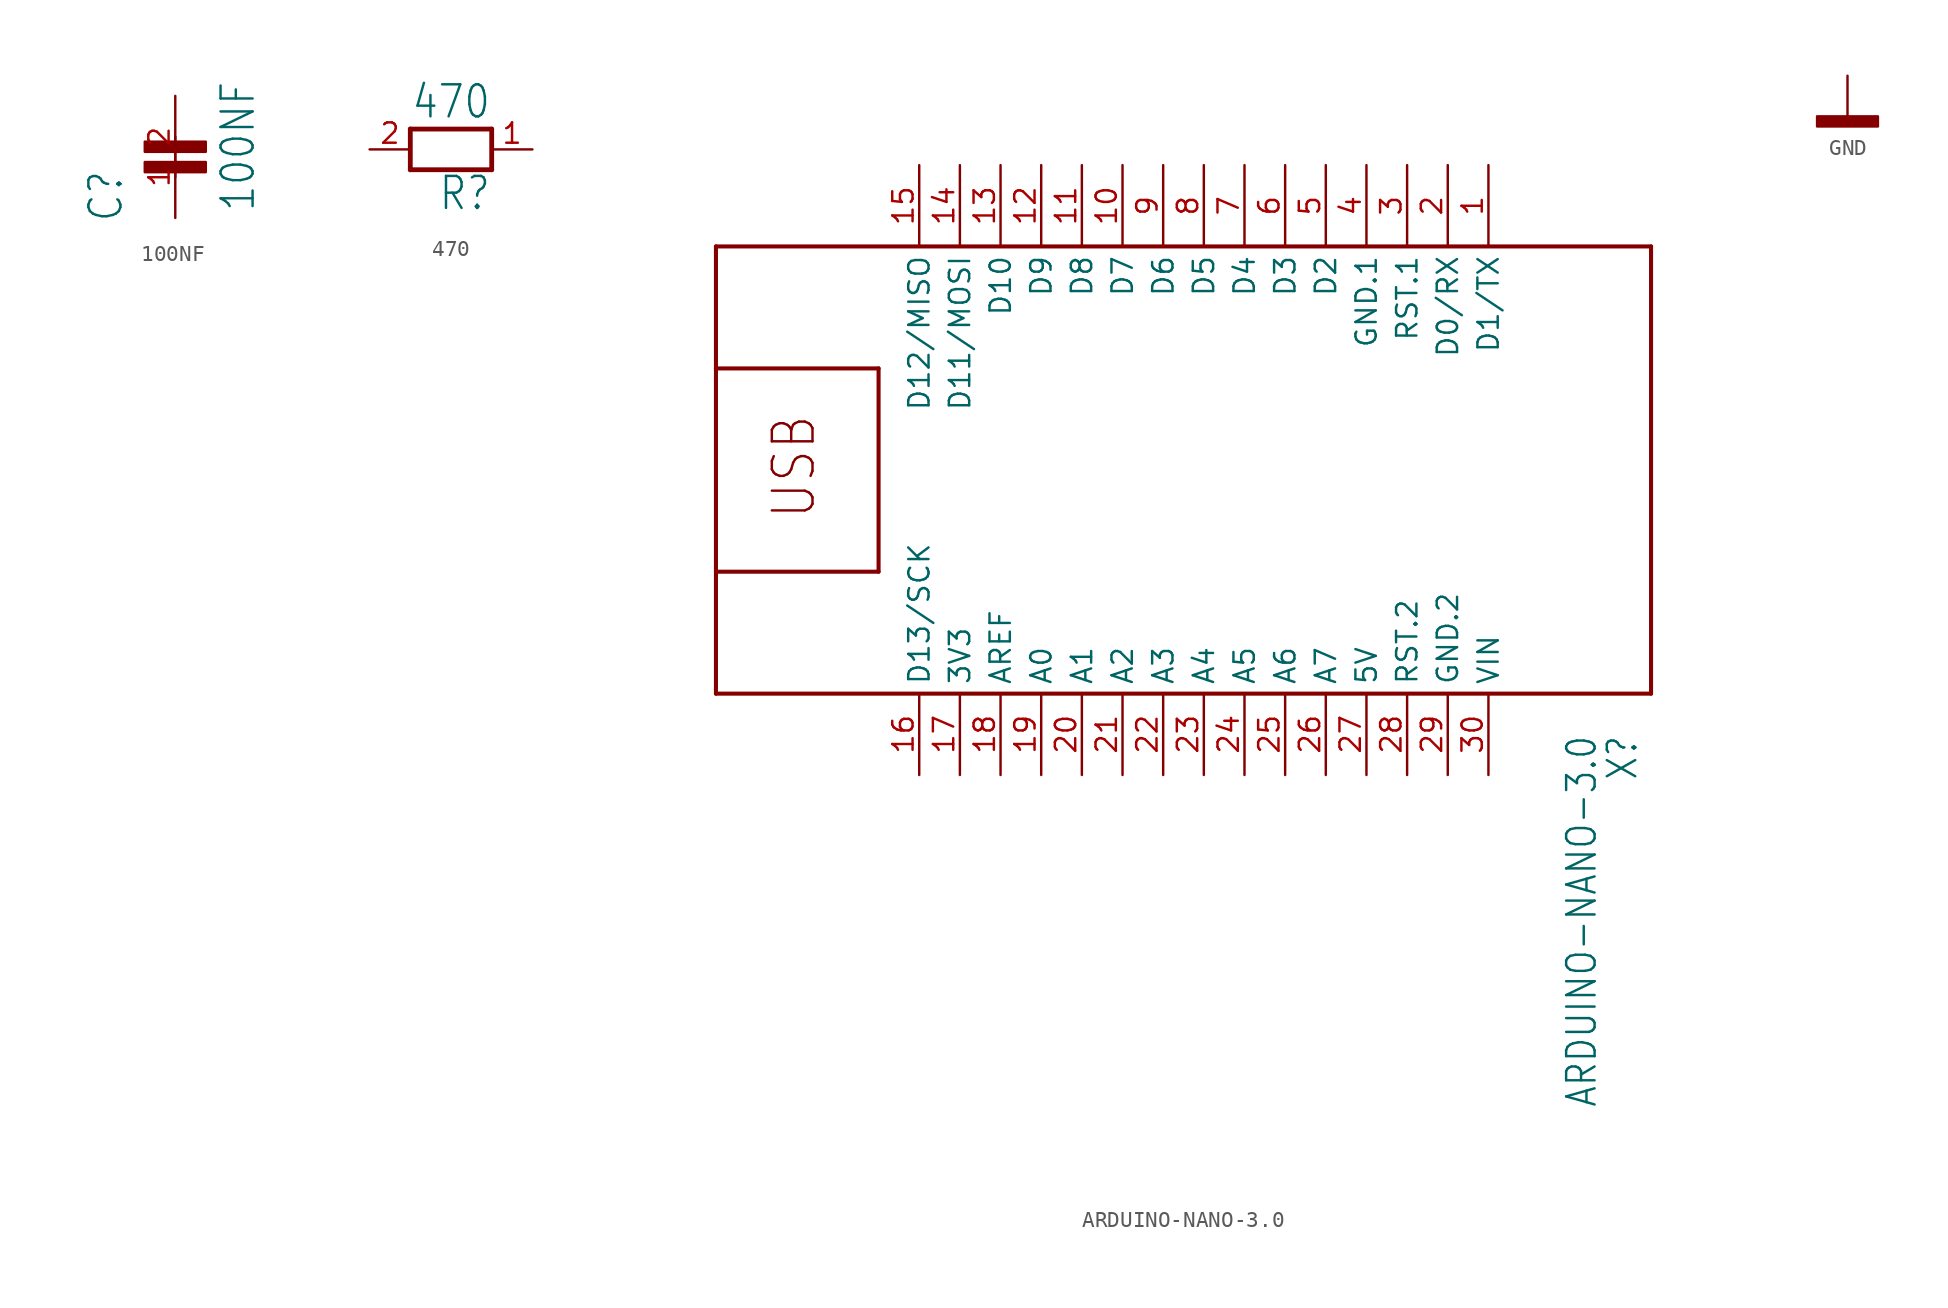
<source format=kicad_sym>
(kicad_symbol_lib
  (version 20211014)
  (generator kicad_symbol_editor)
  (symbol "100NF"
    (property "Reference" "C"
      (at -3.175 -4.128 90)
      (effects (font (size 2 1.7)) (justify left bottom)))
    (property "Value" "100NF"
      (at 5.08 -3.493 90)
      (effects (font (size 2 1.7)) (justify left bottom)))
    (property "ki_locked" ""
      (at 0 0 0)
      (effects (font (size 1.27 1.27))))
    (symbol "100NF_1_0"
      (rectangle (start -1.905 -0.318) (end 1.905 -0.952) (stroke (width 0) (type default) (color 0 0 0 0)) (fill (type outline)))
      (rectangle (start -1.905 0.952) (end 1.905 0.318) (stroke (width 0) (type default) (color 0 0 0 0)) (fill (type outline)))
      (pin passive line (at 0 -3.81 90) (length 5.08) (name "1" (effects (font (size 0 0)))) (number "1" (effects (font (size 1.27 1.27)))))
      (pin passive line (at 0 3.81 270) (length 5.08) (name "2" (effects (font (size 0 0)))) (number "2" (effects (font (size 1.27 1.27)))))))
  (symbol "470"
    (property "Reference" "R"
      (at 2.54 -3.905 0)
      (effects (font (size 2 1.7)) (justify right bottom)))
    (property "Value" "470"
      (at 2.54 1.81 0)
      (effects (font (size 2 1.7)) (justify right bottom)))
    (property "ki_locked" ""
      (at 0 0 0)
      (effects (font (size 1.27 1.27))))
    (symbol "470_1_0"
      (polyline (pts (xy -2.54 -1.27) (xy 2.54 -1.27)) (stroke (width 0.3) (type default) (color 0 0 0 0)) (fill (type none)))
      (polyline (pts (xy -2.54 1.27) (xy -2.54 -1.27)) (stroke (width 0.3) (type default) (color 0 0 0 0)) (fill (type none)))
      (polyline (pts (xy 2.54 -1.27) (xy 2.54 1.27)) (stroke (width 0.3) (type default) (color 0 0 0 0)) (fill (type none)))
      (polyline (pts (xy 2.54 1.27) (xy -2.54 1.27)) (stroke (width 0.3) (type default) (color 0 0 0 0)) (fill (type none)))
      (pin passive line (at 5.08 0 180) (length 2.54) (name "1" (effects (font (size 0 0)))) (number "1" (effects (font (size 1.27 1.27)))))
      (pin passive line (at -5.08 0 0) (length 2.54) (name "2" (effects (font (size 0 0)))) (number "2" (effects (font (size 1.27 1.27)))))))
  (symbol "ARDUINO-NANO-3.0"
    (property "Reference" "X"
      (at 27.178 -15.24 90)
      (effects (font (size 1.778 1.511)) (justify right bottom)))
    (property "Value" "ARDUINO-NANO-3.0"
      (at 24.638 -15.24 90)
      (effects (font (size 1.778 1.511)) (justify right bottom)))
    (property "ki_locked" ""
      (at 0 0 0)
      (effects (font (size 1.27 1.27))))
    (symbol "ARDUINO-NANO-3.0_1_0"
      (polyline (pts (xy -30.48 -12.7) (xy -30.48 -5.08)) (stroke (width 0.254) (type default) (color 0 0 0 0)) (fill (type none)))
      (polyline (pts (xy -30.48 -5.08) (xy -30.48 7.62)) (stroke (width 0.254) (type default) (color 0 0 0 0)) (fill (type none)))
      (polyline (pts (xy -30.48 7.62) (xy -30.48 15.24)) (stroke (width 0.254) (type default) (color 0 0 0 0)) (fill (type none)))
      (polyline (pts (xy -30.48 7.62) (xy -20.32 7.62)) (stroke (width 0.254) (type default) (color 0 0 0 0)) (fill (type none)))
      (polyline (pts (xy -30.48 15.24) (xy 27.94 15.24)) (stroke (width 0.254) (type default) (color 0 0 0 0)) (fill (type none)))
      (polyline (pts (xy -20.32 -5.08) (xy -30.48 -5.08)) (stroke (width 0.254) (type default) (color 0 0 0 0)) (fill (type none)))
      (polyline (pts (xy -20.32 7.62) (xy -20.32 -5.08)) (stroke (width 0.254) (type default) (color 0 0 0 0)) (fill (type none)))
      (polyline (pts (xy 27.94 -12.7) (xy -30.48 -12.7)) (stroke (width 0.254) (type default) (color 0 0 0 0)) (fill (type none)))
      (polyline (pts (xy 27.94 15.24) (xy 27.94 -12.7)) (stroke (width 0.254) (type default) (color 0 0 0 0)) (fill (type none)))
      (text "USB" (at -24.13 4.811 900) (effects (font (size 2.54 2.159)) (justify right bottom)))
      (pin bidirectional line (at 17.78 20.32 270) (length 5.08) (name "D1/TX" (effects (font (size 1.27 1.27)))) (number "1" (effects (font (size 1.27 1.27)))))
      (pin bidirectional line (at -5.08 20.32 270) (length 5.08) (name "D7" (effects (font (size 1.27 1.27)))) (number "10" (effects (font (size 1.27 1.27)))))
      (pin bidirectional line (at -7.62 20.32 270) (length 5.08) (name "D8" (effects (font (size 1.27 1.27)))) (number "11" (effects (font (size 1.27 1.27)))))
      (pin bidirectional line (at -10.16 20.32 270) (length 5.08) (name "D9" (effects (font (size 1.27 1.27)))) (number "12" (effects (font (size 1.27 1.27)))))
      (pin bidirectional line (at -12.7 20.32 270) (length 5.08) (name "D10" (effects (font (size 1.27 1.27)))) (number "13" (effects (font (size 1.27 1.27)))))
      (pin bidirectional line (at -15.24 20.32 270) (length 5.08) (name "D11/MOSI" (effects (font (size 1.27 1.27)))) (number "14" (effects (font (size 1.27 1.27)))))
      (pin bidirectional line (at -17.78 20.32 270) (length 5.08) (name "D12/MISO" (effects (font (size 1.27 1.27)))) (number "15" (effects (font (size 1.27 1.27)))))
      (pin bidirectional line (at -17.78 -17.78 90) (length 5.08) (name "D13/SCK" (effects (font (size 1.27 1.27)))) (number "16" (effects (font (size 1.27 1.27)))))
      (pin power_in line (at -15.24 -17.78 90) (length 5.08) (name "3V3" (effects (font (size 1.27 1.27)))) (number "17" (effects (font (size 1.27 1.27)))))
      (pin bidirectional line (at -12.7 -17.78 90) (length 5.08) (name "AREF" (effects (font (size 1.27 1.27)))) (number "18" (effects (font (size 1.27 1.27)))))
      (pin bidirectional line (at -10.16 -17.78 90) (length 5.08) (name "A0" (effects (font (size 1.27 1.27)))) (number "19" (effects (font (size 1.27 1.27)))))
      (pin bidirectional line (at 15.24 20.32 270) (length 5.08) (name "D0/RX" (effects (font (size 1.27 1.27)))) (number "2" (effects (font (size 1.27 1.27)))))
      (pin bidirectional line (at -7.62 -17.78 90) (length 5.08) (name "A1" (effects (font (size 1.27 1.27)))) (number "20" (effects (font (size 1.27 1.27)))))
      (pin bidirectional line (at -5.08 -17.78 90) (length 5.08) (name "A2" (effects (font (size 1.27 1.27)))) (number "21" (effects (font (size 1.27 1.27)))))
      (pin bidirectional line (at -2.54 -17.78 90) (length 5.08) (name "A3" (effects (font (size 1.27 1.27)))) (number "22" (effects (font (size 1.27 1.27)))))
      (pin bidirectional line (at 0 -17.78 90) (length 5.08) (name "A4" (effects (font (size 1.27 1.27)))) (number "23" (effects (font (size 1.27 1.27)))))
      (pin bidirectional line (at 2.54 -17.78 90) (length 5.08) (name "A5" (effects (font (size 1.27 1.27)))) (number "24" (effects (font (size 1.27 1.27)))))
      (pin bidirectional line (at 5.08 -17.78 90) (length 5.08) (name "A6" (effects (font (size 1.27 1.27)))) (number "25" (effects (font (size 1.27 1.27)))))
      (pin bidirectional line (at 7.62 -17.78 90) (length 5.08) (name "A7" (effects (font (size 1.27 1.27)))) (number "26" (effects (font (size 1.27 1.27)))))
      (pin power_in line (at 10.16 -17.78 90) (length 5.08) (name "5V" (effects (font (size 1.27 1.27)))) (number "27" (effects (font (size 1.27 1.27)))))
      (pin bidirectional line (at 12.7 -17.78 90) (length 5.08) (name "RST.2" (effects (font (size 1.27 1.27)))) (number "28" (effects (font (size 1.27 1.27)))))
      (pin power_in line (at 15.24 -17.78 90) (length 5.08) (name "GND.2" (effects (font (size 1.27 1.27)))) (number "29" (effects (font (size 1.27 1.27)))))
      (pin bidirectional line (at 12.7 20.32 270) (length 5.08) (name "RST.1" (effects (font (size 1.27 1.27)))) (number "3" (effects (font (size 1.27 1.27)))))
      (pin power_in line (at 17.78 -17.78 90) (length 5.08) (name "VIN" (effects (font (size 1.27 1.27)))) (number "30" (effects (font (size 1.27 1.27)))))
      (pin power_in line (at 10.16 20.32 270) (length 5.08) (name "GND.1" (effects (font (size 1.27 1.27)))) (number "4" (effects (font (size 1.27 1.27)))))
      (pin bidirectional line (at 7.62 20.32 270) (length 5.08) (name "D2" (effects (font (size 1.27 1.27)))) (number "5" (effects (font (size 1.27 1.27)))))
      (pin bidirectional line (at 5.08 20.32 270) (length 5.08) (name "D3" (effects (font (size 1.27 1.27)))) (number "6" (effects (font (size 1.27 1.27)))))
      (pin bidirectional line (at 2.54 20.32 270) (length 5.08) (name "D4" (effects (font (size 1.27 1.27)))) (number "7" (effects (font (size 1.27 1.27)))))
      (pin bidirectional line (at 0 20.32 270) (length 5.08) (name "D5" (effects (font (size 1.27 1.27)))) (number "8" (effects (font (size 1.27 1.27)))))
      (pin bidirectional line (at -2.54 20.32 270) (length 5.08) (name "D6" (effects (font (size 1.27 1.27)))) (number "9" (effects (font (size 1.27 1.27)))))))
  (symbol "GND"
    (power)
    (property "Reference" "#REF"
      (at 0 0 0)
      (effects (font (size 1.27 1.27)) hide))
    (property "ki_locked" ""
      (at 0 0 0)
      (effects (font (size 1.27 1.27))))
    (symbol "GND_1_0"
      (rectangle (start -1.905 -3.175) (end 1.905 -2.54) (stroke (width 0) (type default) (color 0 0 0 0)) (fill (type outline)))
      (pin power_in line (at 0 0 270) (length 2.54) (name "1" (effects (font (size 0 0)))) (number "1" (effects (font (size 0 0))))))))
</source>
